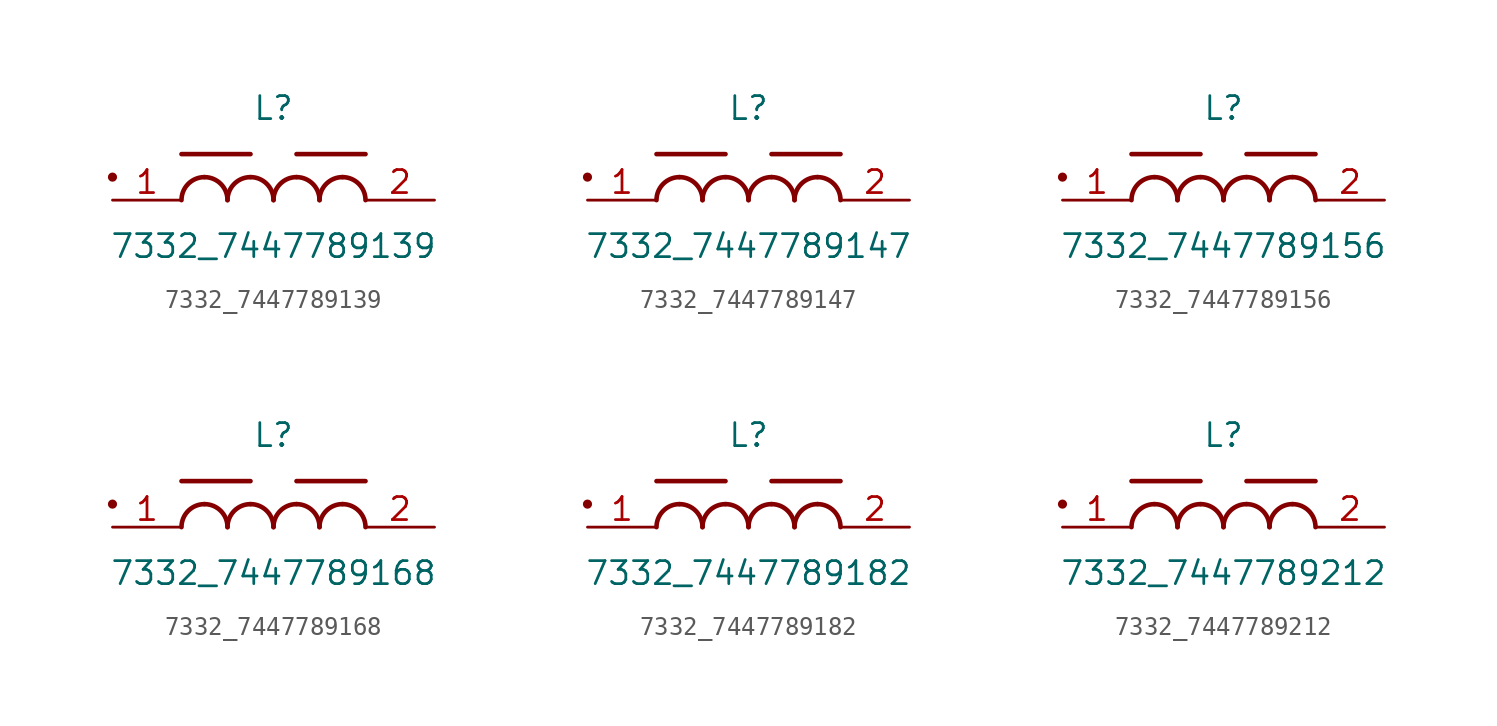
<source format=kicad_sym>
(kicad_symbol_lib
  (version 20211014)
  (generator kicad_symbol_editor)
  (symbol "Inductor_Wurth_WE-PD:7332_7447789139"
    (pin_names hide)
    (property "Reference" "L"
      (at 0 5.08 0)
      (effects (font (size 1.27 1.27))))
    (property "Value" "7332_7447789139"
      (at 0 -2.54 0)
      (effects (font (size 1.27 1.27))))
    (symbol "7332_7447789139_0_1"
      (circle (center -8.89 1.27) (radius 0.0001) (stroke (width 0.254)) (stroke (width 0.254) (type default) (color 0 0 0 0)) (fill (type none)))
      (arc (start -3.81 1.27) (mid -4.708 0.898) (end -5.08 0) (stroke (width 0.254) (type default) (color 0 0 0 0)) (fill (type none)))
      (arc (start -2.54 0) (mid -2.912 0.898) (end -3.81 1.27) (stroke (width 0.254) (type default) (color 0 0 0 0)) (fill (type none)))
      (arc (start -1.2699 1.2701) (mid -2.1679 0.8981) (end -2.5399 0.0001) (stroke (width 0.254) (type default) (color 0 0 0 0)) (fill (type none)))
      (polyline (pts (xy -5.08 2.54) (xy -1.27 2.54)) (stroke (width 0.254) (type default) (color 0 0 0 0)) (fill (type none)))
      (polyline (pts (xy 5.08 2.54) (xy 1.27 2.54)) (stroke (width 0.254) (type default) (color 0 0 0 0)) (fill (type none)))
      (arc (start 0.0001 0.0001) (mid -0.3719 0.8981) (end -1.2699 1.2701) (stroke (width 0.254) (type default) (color 0 0 0 0)) (fill (type none)))
      (arc (start 1.2701 1.2701) (mid 0.3721 0.8981) (end 0.0001 0.0001) (stroke (width 0.254) (type default) (color 0 0 0 0)) (fill (type none)))
      (arc (start 2.5401 0.0001) (mid 2.1681 0.8981) (end 1.2701 1.2701) (stroke (width 0.254) (type default) (color 0 0 0 0)) (fill (type none)))
      (arc (start 3.8101 1.2701) (mid 2.9121 0.8981) (end 2.5401 0.0001) (stroke (width 0.254) (type default) (color 0 0 0 0)) (fill (type none)))
      (arc (start 5.0801 0.0001) (mid 4.7081 0.8981) (end 3.8101 1.2701) (stroke (width 0.254) (type default) (color 0 0 0 0)) (fill (type none))))
    (symbol "7332_7447789139_1_1"
      (pin passive line (at -8.89 0 0) (length 3.81) (name "1" (effects (font (size 1.27 1.27)))) (number "1" (effects (font (size 1.27 1.27)))))
      (pin passive line (at 8.89 0 180) (length 3.81) (name "2" (effects (font (size 1.27 1.27)))) (number "2" (effects (font (size 1.27 1.27)))))))
  (symbol "Inductor_Wurth_WE-PD:7332_7447789147"
    (pin_names hide)
    (property "Reference" "L"
      (at 0 5.08 0)
      (effects (font (size 1.27 1.27))))
    (property "Value" "7332_7447789147"
      (at 0 -2.54 0)
      (effects (font (size 1.27 1.27))))
    (symbol "7332_7447789147_0_1"
      (circle (center -8.89 1.27) (radius 0.0001) (stroke (width 0.254)) (stroke (width 0.254) (type default) (color 0 0 0 0)) (fill (type none)))
      (arc (start -3.81 1.27) (mid -4.708 0.898) (end -5.08 0) (stroke (width 0.254) (type default) (color 0 0 0 0)) (fill (type none)))
      (arc (start -2.54 0) (mid -2.912 0.898) (end -3.81 1.27) (stroke (width 0.254) (type default) (color 0 0 0 0)) (fill (type none)))
      (arc (start -1.2699 1.2701) (mid -2.1679 0.8981) (end -2.5399 0.0001) (stroke (width 0.254) (type default) (color 0 0 0 0)) (fill (type none)))
      (polyline (pts (xy -5.08 2.54) (xy -1.27 2.54)) (stroke (width 0.254) (type default) (color 0 0 0 0)) (fill (type none)))
      (polyline (pts (xy 5.08 2.54) (xy 1.27 2.54)) (stroke (width 0.254) (type default) (color 0 0 0 0)) (fill (type none)))
      (arc (start 0.0001 0.0001) (mid -0.3719 0.8981) (end -1.2699 1.2701) (stroke (width 0.254) (type default) (color 0 0 0 0)) (fill (type none)))
      (arc (start 1.2701 1.2701) (mid 0.3721 0.8981) (end 0.0001 0.0001) (stroke (width 0.254) (type default) (color 0 0 0 0)) (fill (type none)))
      (arc (start 2.5401 0.0001) (mid 2.1681 0.8981) (end 1.2701 1.2701) (stroke (width 0.254) (type default) (color 0 0 0 0)) (fill (type none)))
      (arc (start 3.8101 1.2701) (mid 2.9121 0.8981) (end 2.5401 0.0001) (stroke (width 0.254) (type default) (color 0 0 0 0)) (fill (type none)))
      (arc (start 5.0801 0.0001) (mid 4.7081 0.8981) (end 3.8101 1.2701) (stroke (width 0.254) (type default) (color 0 0 0 0)) (fill (type none))))
    (symbol "7332_7447789147_1_1"
      (pin passive line (at -8.89 0 0) (length 3.81) (name "1" (effects (font (size 1.27 1.27)))) (number "1" (effects (font (size 1.27 1.27)))))
      (pin passive line (at 8.89 0 180) (length 3.81) (name "2" (effects (font (size 1.27 1.27)))) (number "2" (effects (font (size 1.27 1.27)))))))
  (symbol "Inductor_Wurth_WE-PD:7332_7447789156"
    (pin_names hide)
    (property "Reference" "L"
      (at 0 5.08 0)
      (effects (font (size 1.27 1.27))))
    (property "Value" "7332_7447789156"
      (at 0 -2.54 0)
      (effects (font (size 1.27 1.27))))
    (symbol "7332_7447789156_0_1"
      (circle (center -8.89 1.27) (radius 0.0001) (stroke (width 0.254)) (stroke (width 0.254) (type default) (color 0 0 0 0)) (fill (type none)))
      (arc (start -3.81 1.27) (mid -4.708 0.898) (end -5.08 0) (stroke (width 0.254) (type default) (color 0 0 0 0)) (fill (type none)))
      (arc (start -2.54 0) (mid -2.912 0.898) (end -3.81 1.27) (stroke (width 0.254) (type default) (color 0 0 0 0)) (fill (type none)))
      (arc (start -1.2699 1.2701) (mid -2.1679 0.8981) (end -2.5399 0.0001) (stroke (width 0.254) (type default) (color 0 0 0 0)) (fill (type none)))
      (polyline (pts (xy -5.08 2.54) (xy -1.27 2.54)) (stroke (width 0.254) (type default) (color 0 0 0 0)) (fill (type none)))
      (polyline (pts (xy 5.08 2.54) (xy 1.27 2.54)) (stroke (width 0.254) (type default) (color 0 0 0 0)) (fill (type none)))
      (arc (start 0.0001 0.0001) (mid -0.3719 0.8981) (end -1.2699 1.2701) (stroke (width 0.254) (type default) (color 0 0 0 0)) (fill (type none)))
      (arc (start 1.2701 1.2701) (mid 0.3721 0.8981) (end 0.0001 0.0001) (stroke (width 0.254) (type default) (color 0 0 0 0)) (fill (type none)))
      (arc (start 2.5401 0.0001) (mid 2.1681 0.8981) (end 1.2701 1.2701) (stroke (width 0.254) (type default) (color 0 0 0 0)) (fill (type none)))
      (arc (start 3.8101 1.2701) (mid 2.9121 0.8981) (end 2.5401 0.0001) (stroke (width 0.254) (type default) (color 0 0 0 0)) (fill (type none)))
      (arc (start 5.0801 0.0001) (mid 4.7081 0.8981) (end 3.8101 1.2701) (stroke (width 0.254) (type default) (color 0 0 0 0)) (fill (type none))))
    (symbol "7332_7447789156_1_1"
      (pin passive line (at -8.89 0 0) (length 3.81) (name "1" (effects (font (size 1.27 1.27)))) (number "1" (effects (font (size 1.27 1.27)))))
      (pin passive line (at 8.89 0 180) (length 3.81) (name "2" (effects (font (size 1.27 1.27)))) (number "2" (effects (font (size 1.27 1.27)))))))
  (symbol "Inductor_Wurth_WE-PD:7332_7447789168"
    (pin_names hide)
    (property "Reference" "L"
      (at 0 5.08 0)
      (effects (font (size 1.27 1.27))))
    (property "Value" "7332_7447789168"
      (at 0 -2.54 0)
      (effects (font (size 1.27 1.27))))
    (symbol "7332_7447789168_0_1"
      (circle (center -8.89 1.27) (radius 0.0001) (stroke (width 0.254)) (stroke (width 0.254) (type default) (color 0 0 0 0)) (fill (type none)))
      (arc (start -3.81 1.27) (mid -4.708 0.898) (end -5.08 0) (stroke (width 0.254) (type default) (color 0 0 0 0)) (fill (type none)))
      (arc (start -2.54 0) (mid -2.912 0.898) (end -3.81 1.27) (stroke (width 0.254) (type default) (color 0 0 0 0)) (fill (type none)))
      (arc (start -1.2699 1.2701) (mid -2.1679 0.8981) (end -2.5399 0.0001) (stroke (width 0.254) (type default) (color 0 0 0 0)) (fill (type none)))
      (polyline (pts (xy -5.08 2.54) (xy -1.27 2.54)) (stroke (width 0.254) (type default) (color 0 0 0 0)) (fill (type none)))
      (polyline (pts (xy 5.08 2.54) (xy 1.27 2.54)) (stroke (width 0.254) (type default) (color 0 0 0 0)) (fill (type none)))
      (arc (start 0.0001 0.0001) (mid -0.3719 0.8981) (end -1.2699 1.2701) (stroke (width 0.254) (type default) (color 0 0 0 0)) (fill (type none)))
      (arc (start 1.2701 1.2701) (mid 0.3721 0.8981) (end 0.0001 0.0001) (stroke (width 0.254) (type default) (color 0 0 0 0)) (fill (type none)))
      (arc (start 2.5401 0.0001) (mid 2.1681 0.8981) (end 1.2701 1.2701) (stroke (width 0.254) (type default) (color 0 0 0 0)) (fill (type none)))
      (arc (start 3.8101 1.2701) (mid 2.9121 0.8981) (end 2.5401 0.0001) (stroke (width 0.254) (type default) (color 0 0 0 0)) (fill (type none)))
      (arc (start 5.0801 0.0001) (mid 4.7081 0.8981) (end 3.8101 1.2701) (stroke (width 0.254) (type default) (color 0 0 0 0)) (fill (type none))))
    (symbol "7332_7447789168_1_1"
      (pin passive line (at -8.89 0 0) (length 3.81) (name "1" (effects (font (size 1.27 1.27)))) (number "1" (effects (font (size 1.27 1.27)))))
      (pin passive line (at 8.89 0 180) (length 3.81) (name "2" (effects (font (size 1.27 1.27)))) (number "2" (effects (font (size 1.27 1.27)))))))
  (symbol "Inductor_Wurth_WE-PD:7332_7447789182"
    (pin_names hide)
    (property "Reference" "L"
      (at 0 5.08 0)
      (effects (font (size 1.27 1.27))))
    (property "Value" "7332_7447789182"
      (at 0 -2.54 0)
      (effects (font (size 1.27 1.27))))
    (symbol "7332_7447789182_0_1"
      (circle (center -8.89 1.27) (radius 0.0001) (stroke (width 0.254)) (stroke (width 0.254) (type default) (color 0 0 0 0)) (fill (type none)))
      (arc (start -3.81 1.27) (mid -4.708 0.898) (end -5.08 0) (stroke (width 0.254) (type default) (color 0 0 0 0)) (fill (type none)))
      (arc (start -2.54 0) (mid -2.912 0.898) (end -3.81 1.27) (stroke (width 0.254) (type default) (color 0 0 0 0)) (fill (type none)))
      (arc (start -1.2699 1.2701) (mid -2.1679 0.8981) (end -2.5399 0.0001) (stroke (width 0.254) (type default) (color 0 0 0 0)) (fill (type none)))
      (polyline (pts (xy -5.08 2.54) (xy -1.27 2.54)) (stroke (width 0.254) (type default) (color 0 0 0 0)) (fill (type none)))
      (polyline (pts (xy 5.08 2.54) (xy 1.27 2.54)) (stroke (width 0.254) (type default) (color 0 0 0 0)) (fill (type none)))
      (arc (start 0.0001 0.0001) (mid -0.3719 0.8981) (end -1.2699 1.2701) (stroke (width 0.254) (type default) (color 0 0 0 0)) (fill (type none)))
      (arc (start 1.2701 1.2701) (mid 0.3721 0.8981) (end 0.0001 0.0001) (stroke (width 0.254) (type default) (color 0 0 0 0)) (fill (type none)))
      (arc (start 2.5401 0.0001) (mid 2.1681 0.8981) (end 1.2701 1.2701) (stroke (width 0.254) (type default) (color 0 0 0 0)) (fill (type none)))
      (arc (start 3.8101 1.2701) (mid 2.9121 0.8981) (end 2.5401 0.0001) (stroke (width 0.254) (type default) (color 0 0 0 0)) (fill (type none)))
      (arc (start 5.0801 0.0001) (mid 4.7081 0.8981) (end 3.8101 1.2701) (stroke (width 0.254) (type default) (color 0 0 0 0)) (fill (type none))))
    (symbol "7332_7447789182_1_1"
      (pin passive line (at -8.89 0 0) (length 3.81) (name "1" (effects (font (size 1.27 1.27)))) (number "1" (effects (font (size 1.27 1.27)))))
      (pin passive line (at 8.89 0 180) (length 3.81) (name "2" (effects (font (size 1.27 1.27)))) (number "2" (effects (font (size 1.27 1.27)))))))
  (symbol "Inductor_Wurth_WE-PD:7332_7447789212"
    (pin_names hide)
    (property "Reference" "L"
      (at 0 5.08 0)
      (effects (font (size 1.27 1.27))))
    (property "Value" "7332_7447789212"
      (at 0 -2.54 0)
      (effects (font (size 1.27 1.27))))
    (symbol "7332_7447789212_0_1"
      (circle (center -8.89 1.27) (radius 0.0001) (stroke (width 0.254)) (stroke (width 0.254) (type default) (color 0 0 0 0)) (fill (type none)))
      (arc (start -3.81 1.27) (mid -4.708 0.898) (end -5.08 0) (stroke (width 0.254) (type default) (color 0 0 0 0)) (fill (type none)))
      (arc (start -2.54 0) (mid -2.912 0.898) (end -3.81 1.27) (stroke (width 0.254) (type default) (color 0 0 0 0)) (fill (type none)))
      (arc (start -1.2699 1.2701) (mid -2.1679 0.8981) (end -2.5399 0.0001) (stroke (width 0.254) (type default) (color 0 0 0 0)) (fill (type none)))
      (polyline (pts (xy -5.08 2.54) (xy -1.27 2.54)) (stroke (width 0.254) (type default) (color 0 0 0 0)) (fill (type none)))
      (polyline (pts (xy 5.08 2.54) (xy 1.27 2.54)) (stroke (width 0.254) (type default) (color 0 0 0 0)) (fill (type none)))
      (arc (start 0.0001 0.0001) (mid -0.3719 0.8981) (end -1.2699 1.2701) (stroke (width 0.254) (type default) (color 0 0 0 0)) (fill (type none)))
      (arc (start 1.2701 1.2701) (mid 0.3721 0.8981) (end 0.0001 0.0001) (stroke (width 0.254) (type default) (color 0 0 0 0)) (fill (type none)))
      (arc (start 2.5401 0.0001) (mid 2.1681 0.8981) (end 1.2701 1.2701) (stroke (width 0.254) (type default) (color 0 0 0 0)) (fill (type none)))
      (arc (start 3.8101 1.2701) (mid 2.9121 0.8981) (end 2.5401 0.0001) (stroke (width 0.254) (type default) (color 0 0 0 0)) (fill (type none)))
      (arc (start 5.0801 0.0001) (mid 4.7081 0.8981) (end 3.8101 1.2701) (stroke (width 0.254) (type default) (color 0 0 0 0)) (fill (type none))))
    (symbol "7332_7447789212_1_1"
      (pin passive line (at -8.89 0 0) (length 3.81) (name "1" (effects (font (size 1.27 1.27)))) (number "1" (effects (font (size 1.27 1.27)))))
      (pin passive line (at 8.89 0 180) (length 3.81) (name "2" (effects (font (size 1.27 1.27)))) (number "2" (effects (font (size 1.27 1.27))))))))
</source>
